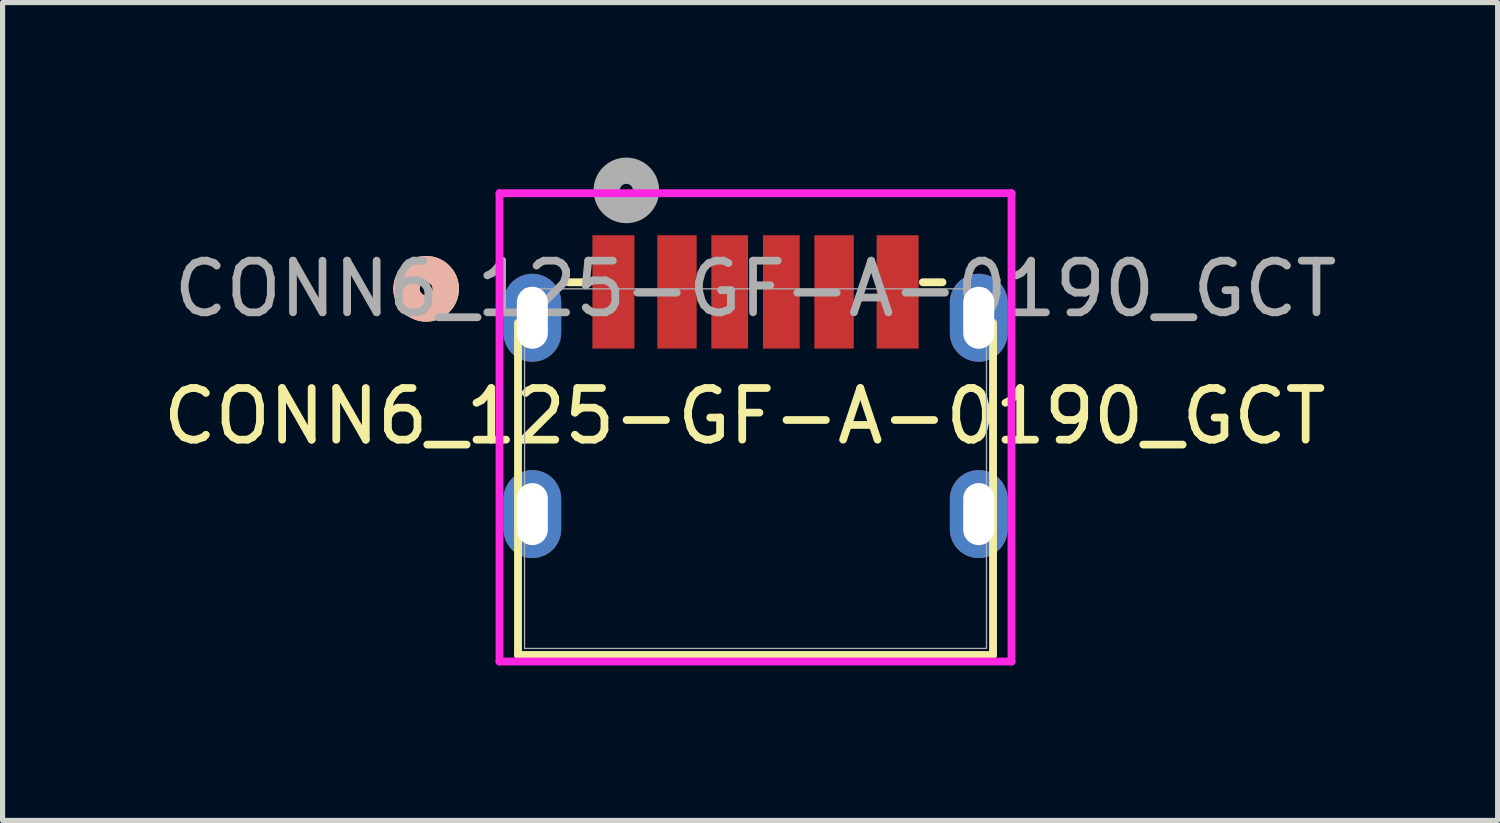
<source format=kicad_pcb>
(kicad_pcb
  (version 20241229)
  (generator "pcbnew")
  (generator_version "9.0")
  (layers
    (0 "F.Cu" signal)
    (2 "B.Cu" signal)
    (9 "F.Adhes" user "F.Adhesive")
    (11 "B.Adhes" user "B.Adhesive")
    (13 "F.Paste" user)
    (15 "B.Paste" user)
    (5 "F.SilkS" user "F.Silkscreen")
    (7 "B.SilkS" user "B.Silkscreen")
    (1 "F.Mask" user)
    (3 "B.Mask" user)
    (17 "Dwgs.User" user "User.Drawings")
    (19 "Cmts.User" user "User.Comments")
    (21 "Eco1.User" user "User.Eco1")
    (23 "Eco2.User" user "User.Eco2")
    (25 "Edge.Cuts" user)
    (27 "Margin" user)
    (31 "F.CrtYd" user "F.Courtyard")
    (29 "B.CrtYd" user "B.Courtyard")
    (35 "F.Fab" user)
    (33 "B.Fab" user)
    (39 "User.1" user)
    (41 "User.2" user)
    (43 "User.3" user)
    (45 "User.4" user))
  (footprint "CONN6_125-GF-A-0190_GCT"
    (layer "F.Cu")
    (at 8.823 3.1)
    (property "Reference" "CONN6_125-GF-A-0190_GCT" (at 2.54 1.905 0) (unlocked yes) (layer "F.SilkS") (effects (font (size 1 1) (thickness 0.15))))
    (attr smd)
    (fp_line (start -1.847 0.098) (end -1.847 6.527) (stroke (width 0.152) (type solid)) (layer "F.SilkS"))
    (fp_line (start -1.847 6.527) (end 7.347 6.527) (stroke (width 0.152) (type solid)) (layer "F.SilkS"))
    (fp_line (start -0.489 -0.687) (end -0.868 -0.687) (stroke (width 0.152) (type solid)) (layer "F.SilkS"))
    (fp_line (start 6.368 -0.687) (end 5.989 -0.687) (stroke (width 0.152) (type solid)) (layer "F.SilkS"))
    (fp_line (start 7.347 6.527) (end 7.347 0.098) (stroke (width 0.152) (type solid)) (layer "F.SilkS"))
    (fp_circle (center -3.625 -0.56) (end -3.244 -0.56) (stroke (width 0.508) (type solid)) (fill no) (layer "F.SilkS"))
    (fp_circle (center -3.625 -0.56) (end -3.244 -0.56) (stroke (width 0.508) (type solid)) (fill no) (layer "B.SilkS"))
    (fp_line (start -2.205 -2.411) (end -2.205 6.654) (stroke (width 0.152) (type solid)) (layer "F.CrtYd"))
    (fp_line (start -2.205 6.654) (end 7.705 6.654) (stroke (width 0.152) (type solid)) (layer "F.CrtYd"))
    (fp_line (start 7.705 -2.411) (end -2.205 -2.411) (stroke (width 0.152) (type solid)) (layer "F.CrtYd"))
    (fp_line (start 7.705 6.654) (end 7.705 -2.411) (stroke (width 0.152) (type solid)) (layer "F.CrtYd"))
    (fp_line (start -1.72 -0.56) (end -1.72 6.4) (stroke (width 0.025) (type solid)) (layer "F.Fab"))
    (fp_line (start -1.72 6.4) (end 7.22 6.4) (stroke (width 0.025) (type solid)) (layer "F.Fab"))
    (fp_line (start 7.22 -0.56) (end -1.72 -0.56) (stroke (width 0.025) (type solid)) (layer "F.Fab"))
    (fp_line (start 7.22 6.4) (end 7.22 -0.56) (stroke (width 0.025) (type solid)) (layer "F.Fab"))
    (fp_circle (center 0.25 -2.465) (end 0.631 -2.465) (stroke (width 0.508) (type solid)) (fill no) (layer "F.Fab"))
    (fp_text user "${REFERENCE}" (at 2.75 -0.56 0) (unlocked yes) (layer "F.Fab") (effects (font (size 1 1) (thickness 0.15))))
    (pad "A5" smd rect (at 2.25 -0.5) (size 0.711 2.194) (layers "F.Cu" "F.Mask" "F.Paste"))
    (pad "A9" smd rect (at 4.27 -0.5) (size 0.762 2.194) (layers "F.Cu" "F.Mask" "F.Paste"))
    (pad "A12" smd rect (at 5.5 -0.5) (size 0.813 2.194) (layers "F.Cu" "F.Mask" "F.Paste"))
    (pad "B5" smd rect (at 3.25 -0.5) (size 0.711 2.194) (layers "F.Cu" "F.Mask" "F.Paste"))
    (pad "B9" smd rect (at 1.23 -0.5) (size 0.762 2.194) (layers "F.Cu" "F.Mask" "F.Paste"))
    (pad "B12" smd rect (at 0 -0.5) (size 0.813 2.194) (layers "F.Cu" "F.Mask" "F.Paste"))
    (pad "S1" thru_hole oval (at -1.57 0.000006 90) (size 1.702 1.118) (drill oval 1.2 0.6) (layers "*.Cu" "*.Mask"))
    (pad "S1" thru_hole oval (at -1.57 3.8 90) (size 1.702 1.118) (drill oval 1.2 0.6) (layers "*.Cu" "*.Mask"))
    (pad "S1" thru_hole oval (at 7.07 0.000006 90) (size 1.702 1.118) (drill oval 1.2 0.6) (layers "*.Cu" "*.Mask"))
    (pad "S1" thru_hole oval (at 7.07 3.8 90) (size 1.702 1.118) (drill oval 1.2 0.6) (layers "*.Cu" "*.Mask")))
  (gr_rect
    (start -3 -3)
    (end 25.936 12.83)
    (stroke (width 0.1) (type default))
    (fill no)
    (layer "Edge.Cuts")))
</source>
